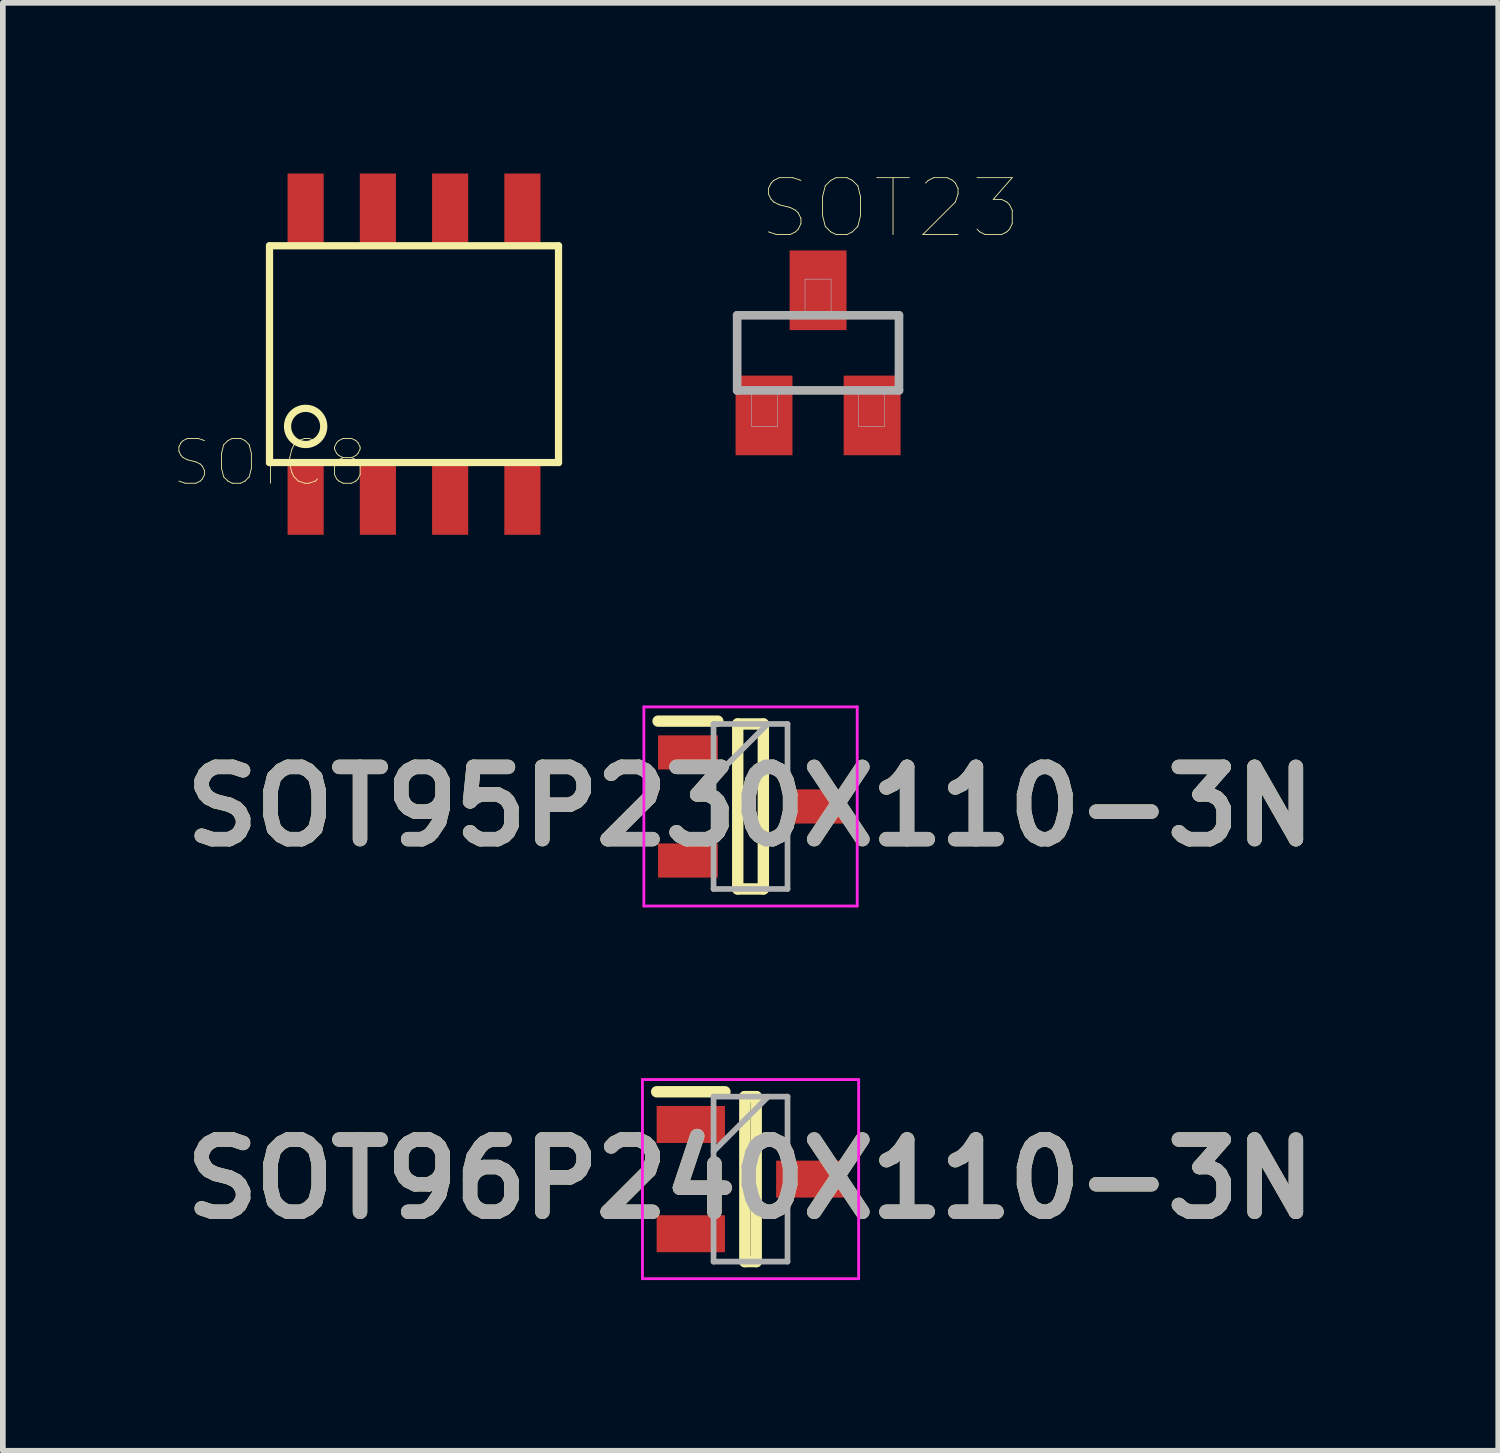
<source format=kicad_pcb>
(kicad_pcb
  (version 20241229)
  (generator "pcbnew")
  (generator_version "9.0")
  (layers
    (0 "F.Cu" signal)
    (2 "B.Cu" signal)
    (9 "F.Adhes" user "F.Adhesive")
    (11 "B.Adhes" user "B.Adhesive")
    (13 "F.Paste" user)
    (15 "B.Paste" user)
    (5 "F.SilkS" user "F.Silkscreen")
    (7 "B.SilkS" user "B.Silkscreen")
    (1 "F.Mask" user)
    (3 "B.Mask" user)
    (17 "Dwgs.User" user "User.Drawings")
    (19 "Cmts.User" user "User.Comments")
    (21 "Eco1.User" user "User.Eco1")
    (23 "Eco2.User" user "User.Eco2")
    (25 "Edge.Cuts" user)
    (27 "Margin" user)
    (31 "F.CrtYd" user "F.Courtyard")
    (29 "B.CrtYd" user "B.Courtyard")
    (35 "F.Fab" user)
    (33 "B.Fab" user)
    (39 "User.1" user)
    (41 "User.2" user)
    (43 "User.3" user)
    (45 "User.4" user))
  (footprint "SOT96P240X110-3N"
    (layer "F.Cu")
    (at 10.142 17.675)
    (property "Reference" "SOT96P240X110-3N" (at 0 0 0) (layer "F.SilkS") (effects (font (size 1.27 1.27) (thickness 0.254))))
    (attr smd)
    (fp_line (start -1.65 -1.535) (end -0.45 -1.535) (stroke (width 0.2) (type solid)) (layer "F.SilkS"))
    (fp_line (start -0.1 -1.45) (end 0.1 -1.45) (stroke (width 0.2) (type solid)) (layer "F.SilkS"))
    (fp_line (start -0.1 1.45) (end -0.1 -1.45) (stroke (width 0.2) (type solid)) (layer "F.SilkS"))
    (fp_line (start 0.1 -1.45) (end 0.1 1.45) (stroke (width 0.2) (type solid)) (layer "F.SilkS"))
    (fp_line (start 0.1 1.45) (end -0.1 1.45) (stroke (width 0.2) (type solid)) (layer "F.SilkS"))
    (fp_line (start -1.9 -1.75) (end 1.9 -1.75) (stroke (width 0.05) (type solid)) (layer "F.CrtYd"))
    (fp_line (start -1.9 1.75) (end -1.9 -1.75) (stroke (width 0.05) (type solid)) (layer "F.CrtYd"))
    (fp_line (start 1.9 -1.75) (end 1.9 1.75) (stroke (width 0.05) (type solid)) (layer "F.CrtYd"))
    (fp_line (start 1.9 1.75) (end -1.9 1.75) (stroke (width 0.05) (type solid)) (layer "F.CrtYd"))
    (fp_line (start -0.65 -1.45) (end 0.65 -1.45) (stroke (width 0.1) (type solid)) (layer "F.Fab"))
    (fp_line (start -0.65 -0.49) (end 0.31 -1.45) (stroke (width 0.1) (type solid)) (layer "F.Fab"))
    (fp_line (start -0.65 1.45) (end -0.65 -1.45) (stroke (width 0.1) (type solid)) (layer "F.Fab"))
    (fp_line (start 0.65 -1.45) (end 0.65 1.45) (stroke (width 0.1) (type solid)) (layer "F.Fab"))
    (fp_line (start 0.65 1.45) (end -0.65 1.45) (stroke (width 0.1) (type solid)) (layer "F.Fab"))
    (fp_text user "${REFERENCE}" (at 0 0 0) (layer "F.Fab") (effects (font (size 1.27 1.27) (thickness 0.254))))
    (pad "1" smd rect (at -1.05 -0.96 90) (size 0.65 1.2) (layers "F.Cu" "F.Mask" "F.Paste"))
    (pad "2" smd rect (at -1.05 0.96 90) (size 0.65 1.2) (layers "F.Cu" "F.Mask" "F.Paste"))
    (pad "3" smd rect (at 1.05 0 90) (size 0.65 1.2) (layers "F.Cu" "F.Mask" "F.Paste")))
  (footprint "SOT23"
    (layer "F.Cu")
    (at 11.329 3.152)
    (property "Reference" "SOT23" (at 1.27 -2.541 0) (layer "F.SilkS") (effects (font (size 1 1) (thickness 0.015))))
    (attr through_hole)
    (fp_line (start -1.422 -0.66) (end 1.422 -0.66) (stroke (width 0.152) (type solid)) (layer "F.Fab"))
    (fp_line (start -1.422 0.66) (end -1.422 -0.66) (stroke (width 0.152) (type solid)) (layer "F.Fab"))
    (fp_line (start 1.422 -0.66) (end 1.422 0.66) (stroke (width 0.152) (type solid)) (layer "F.Fab"))
    (fp_line (start 1.422 0.66) (end -1.422 0.66) (stroke (width 0.152) (type solid)) (layer "F.Fab"))
    (fp_poly (pts (xy -1.17 0.711) (xy -0.711 0.711) (xy -0.711 1.297) (xy -1.17 1.297)) (stroke (width 0.01) (type solid)) (fill no) (layer "F.Fab"))
    (fp_poly (pts (xy -0.229 -1.295) (xy 0.229 -1.295) (xy 0.229 -0.711) (xy -0.229 -0.711)) (stroke (width 0.01) (type solid)) (fill no) (layer "F.Fab"))
    (fp_poly (pts (xy 0.712 0.711) (xy 1.168 0.711) (xy 1.168 1.297) (xy 0.712 1.297)) (stroke (width 0.01) (type solid)) (fill no) (layer "F.Fab"))
    (pad "1" smd rect (at -0.95 1.1) (size 1 1.4) (layers "F.Cu" "F.Mask" "F.Paste"))
    (pad "2" smd rect (at 0.95 1.1) (size 1 1.4) (layers "F.Cu" "F.Mask" "F.Paste"))
    (pad "3" smd rect (at 0 -1.1) (size 1 1.4) (layers "F.Cu" "F.Mask" "F.Paste")))
  (footprint "SOIC8"
    (layer "F.Cu")
    (at 1.687 5.08)
    (property "Reference" "SOIC8" (at 0 0 0) (layer "F.SilkS") (effects (font (size 0.787 0.787) (thickness 0.015))))
    (attr through_hole)
    (fp_line (start 0 -3.81) (end 0 0) (stroke (width 0.127) (type solid)) (layer "F.SilkS"))
    (fp_line (start 0 0) (end 5.08 0) (stroke (width 0.127) (type solid)) (layer "F.SilkS"))
    (fp_line (start 5.08 -3.81) (end 0 -3.81) (stroke (width 0.127) (type solid)) (layer "F.SilkS"))
    (fp_line (start 5.08 0) (end 5.08 -3.81) (stroke (width 0.127) (type solid)) (layer "F.SilkS"))
    (fp_circle (center 0.635 -0.635) (end 0.953 -0.635) (stroke (width 0.127) (type solid)) (fill no) (layer "F.SilkS"))
    (pad "PIN1" smd rect (at 0.635 0.635) (size 0.635 1.27) (layers "F.Cu" "F.Mask" "F.Paste"))
    (pad "PIN2" smd rect (at 1.905 0.635) (size 0.635 1.27) (layers "F.Cu" "F.Mask" "F.Paste"))
    (pad "PIN3" smd rect (at 3.175 0.635) (size 0.635 1.27) (layers "F.Cu" "F.Mask" "F.Paste"))
    (pad "PIN4" smd rect (at 4.445 0.635) (size 0.635 1.27) (layers "F.Cu" "F.Mask" "F.Paste"))
    (pad "PIN5" smd rect (at 4.445 -4.445) (size 0.635 1.27) (layers "F.Cu" "F.Mask" "F.Paste"))
    (pad "PIN6" smd rect (at 3.175 -4.445) (size 0.635 1.27) (layers "F.Cu" "F.Mask" "F.Paste"))
    (pad "PIN7" smd rect (at 1.905 -4.445) (size 0.635 1.27) (layers "F.Cu" "F.Mask" "F.Paste"))
    (pad "PIN8" smd rect (at 0.635 -4.445) (size 0.635 1.27) (layers "F.Cu" "F.Mask" "F.Paste")))
  (footprint "SOT95P230X110-3N"
    (layer "F.Cu")
    (at 10.142 11.125)
    (property "Reference" "SOT95P230X110-3N" (at 0 0 0) (layer "F.SilkS") (effects (font (size 1.27 1.27) (thickness 0.254))))
    (attr smd)
    (fp_line (start -1.625 -1.5) (end -0.575 -1.5) (stroke (width 0.2) (type solid)) (layer "F.SilkS"))
    (fp_line (start -0.225 -1.45) (end 0.225 -1.45) (stroke (width 0.2) (type solid)) (layer "F.SilkS"))
    (fp_line (start -0.225 1.45) (end -0.225 -1.45) (stroke (width 0.2) (type solid)) (layer "F.SilkS"))
    (fp_line (start 0.225 -1.45) (end 0.225 1.45) (stroke (width 0.2) (type solid)) (layer "F.SilkS"))
    (fp_line (start 0.225 1.45) (end -0.225 1.45) (stroke (width 0.2) (type solid)) (layer "F.SilkS"))
    (fp_line (start -1.875 -1.75) (end 1.875 -1.75) (stroke (width 0.05) (type solid)) (layer "F.CrtYd"))
    (fp_line (start -1.875 1.75) (end -1.875 -1.75) (stroke (width 0.05) (type solid)) (layer "F.CrtYd"))
    (fp_line (start 1.875 -1.75) (end 1.875 1.75) (stroke (width 0.05) (type solid)) (layer "F.CrtYd"))
    (fp_line (start 1.875 1.75) (end -1.875 1.75) (stroke (width 0.05) (type solid)) (layer "F.CrtYd"))
    (fp_line (start -0.65 -1.45) (end 0.65 -1.45) (stroke (width 0.1) (type solid)) (layer "F.Fab"))
    (fp_line (start -0.65 -0.5) (end 0.3 -1.45) (stroke (width 0.1) (type solid)) (layer "F.Fab"))
    (fp_line (start -0.65 1.45) (end -0.65 -1.45) (stroke (width 0.1) (type solid)) (layer "F.Fab"))
    (fp_line (start 0.65 -1.45) (end 0.65 1.45) (stroke (width 0.1) (type solid)) (layer "F.Fab"))
    (fp_line (start 0.65 1.45) (end -0.65 1.45) (stroke (width 0.1) (type solid)) (layer "F.Fab"))
    (fp_text user "${REFERENCE}" (at 0 0 0) (layer "F.Fab") (effects (font (size 1.27 1.27) (thickness 0.254))))
    (pad "1" smd rect (at -1.1 -0.95 90) (size 0.6 1.05) (layers "F.Cu" "F.Mask" "F.Paste"))
    (pad "2" smd rect (at -1.1 0.95 90) (size 0.6 1.05) (layers "F.Cu" "F.Mask" "F.Paste"))
    (pad "3" smd rect (at 1.1 0 90) (size 0.6 1.05) (layers "F.Cu" "F.Mask" "F.Paste")))
  (gr_rect
    (start -3 -3)
    (end 23.284 22.45)
    (stroke (width 0.1) (type default))
    (fill no)
    (layer "Edge.Cuts")))
</source>
